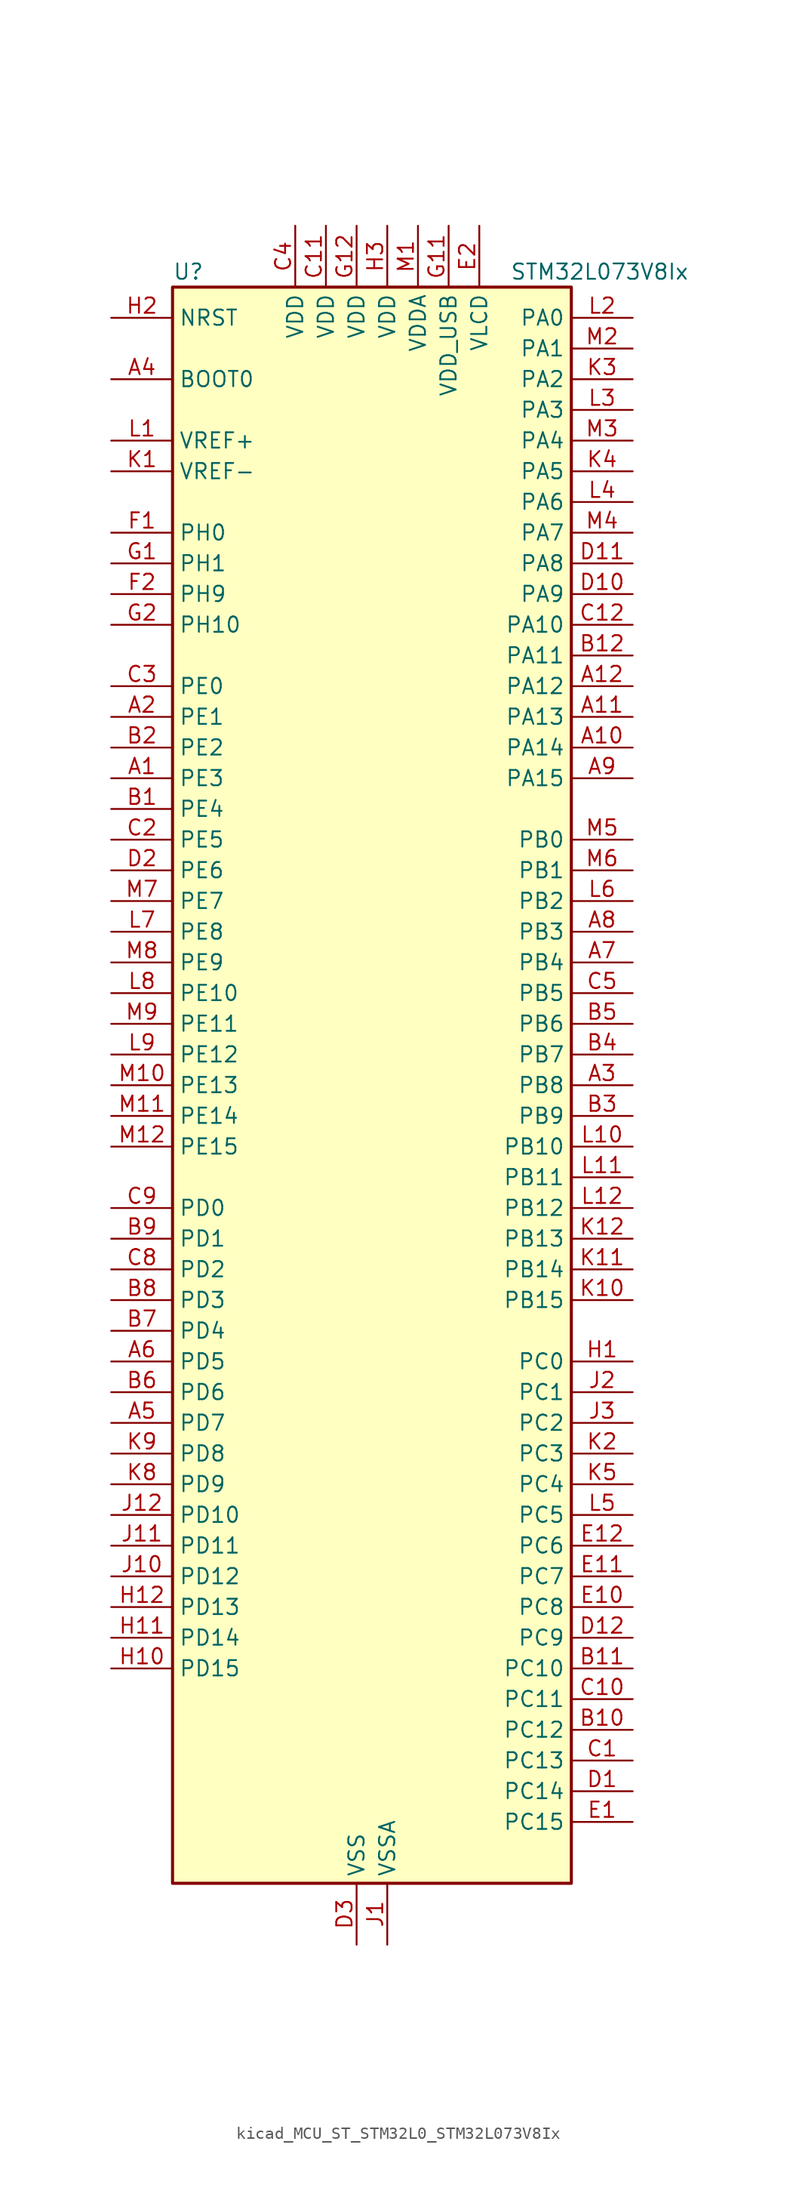
<source format=kicad_sym>
(kicad_symbol_lib
  (version 20220914)
  (generator kicad_symbol_editor)
  (symbol "kicad_MCU_ST_STM32L0_STM32L073V8Ix"
    (property "Reference" "U"
      (at -15.24 67.31 0)
      (effects (font (size 1.27 1.27)) (justify left)))
    (property "Value" "STM32L073V8Ix"
      (at 12.7 67.31 0)
      (effects (font (size 1.27 1.27)) (justify left)))
    (property "ki_locked" ""
      (at 0 0 0)
      (effects (font (size 1.27 1.27))))
    (symbol "kicad_MCU_ST_STM32L0_STM32L073V8Ix_0_1"
      (rectangle (start -15.24 -66.04) (end 17.78 66.04) (stroke (width 0.254) (type default)) (fill (type background))))
    (symbol "kicad_MCU_ST_STM32L0_STM32L073V8Ix_1_1"
      (pin bidirectional line (at -20.32 25.4 0) (length 5.08) (name "PE3" (effects (font (size 1.27 1.27)))) (number "A1" (effects (font (size 1.27 1.27)))) (alternate "LCD_SEG39" bidirectional line) (alternate "TIM22_CH1" bidirectional line) (alternate "TIM3_CH1" bidirectional line))
      (pin bidirectional line (at 22.86 27.94 180) (length 5.08) (name "PA14" (effects (font (size 1.27 1.27)))) (number "A10" (effects (font (size 1.27 1.27)))) (alternate "LPUART1_TX" bidirectional line) (alternate "SYS_SWCLK" bidirectional line) (alternate "USART2_TX" bidirectional line))
      (pin bidirectional line (at 22.86 30.48 180) (length 5.08) (name "PA13" (effects (font (size 1.27 1.27)))) (number "A11" (effects (font (size 1.27 1.27)))) (alternate "LPUART1_RX" bidirectional line) (alternate "SYS_SWDIO" bidirectional line) (alternate "USB_NOE" bidirectional line))
      (pin bidirectional line (at 22.86 33.02 180) (length 5.08) (name "PA12" (effects (font (size 1.27 1.27)))) (number "A12" (effects (font (size 1.27 1.27)))) (alternate "COMP2_OUT" bidirectional line) (alternate "SPI1_MOSI" bidirectional line) (alternate "TSC_G4_IO4" bidirectional line) (alternate "USART1_DE" bidirectional line) (alternate "USART1_RTS" bidirectional line) (alternate "USB_DP" bidirectional line))
      (pin bidirectional line (at -20.32 30.48 0) (length 5.08) (name "PE1" (effects (font (size 1.27 1.27)))) (number "A2" (effects (font (size 1.27 1.27)))) (alternate "LCD_SEG37" bidirectional line))
      (pin bidirectional line (at 22.86 0 180) (length 5.08) (name "PB8" (effects (font (size 1.27 1.27)))) (number "A3" (effects (font (size 1.27 1.27)))) (alternate "I2C1_SCL" bidirectional line) (alternate "LCD_SEG16" bidirectional line) (alternate "TSC_SYNC" bidirectional line))
      (pin input line (at -20.32 58.42 0) (length 5.08) (name "BOOT0" (effects (font (size 1.27 1.27)))) (number "A4" (effects (font (size 1.27 1.27)))))
      (pin bidirectional line (at -20.32 -27.94 0) (length 5.08) (name "PD7" (effects (font (size 1.27 1.27)))) (number "A5" (effects (font (size 1.27 1.27)))) (alternate "TIM21_CH2" bidirectional line) (alternate "USART2_CK" bidirectional line))
      (pin bidirectional line (at -20.32 -22.86 0) (length 5.08) (name "PD5" (effects (font (size 1.27 1.27)))) (number "A6" (effects (font (size 1.27 1.27)))) (alternate "USART2_TX" bidirectional line))
      (pin bidirectional line (at 22.86 10.16 180) (length 5.08) (name "PB4" (effects (font (size 1.27 1.27)))) (number "A7" (effects (font (size 1.27 1.27)))) (alternate "COMP2_INP" bidirectional line) (alternate "I2C3_SDA" bidirectional line) (alternate "LCD_SEG8" bidirectional line) (alternate "SPI1_MISO" bidirectional line) (alternate "TIM22_CH1" bidirectional line) (alternate "TIM3_CH1" bidirectional line) (alternate "TSC_G5_IO2" bidirectional line) (alternate "USART1_CTS" bidirectional line) (alternate "USART5_RX" bidirectional line))
      (pin bidirectional line (at 22.86 12.7 180) (length 5.08) (name "PB3" (effects (font (size 1.27 1.27)))) (number "A8" (effects (font (size 1.27 1.27)))) (alternate "COMP2_INM" bidirectional line) (alternate "LCD_SEG7" bidirectional line) (alternate "SPI1_SCK" bidirectional line) (alternate "TIM2_CH2" bidirectional line) (alternate "TSC_G5_IO1" bidirectional line) (alternate "USART1_DE" bidirectional line) (alternate "USART1_RTS" bidirectional line) (alternate "USART5_TX" bidirectional line))
      (pin bidirectional line (at 22.86 25.4 180) (length 5.08) (name "PA15" (effects (font (size 1.27 1.27)))) (number "A9" (effects (font (size 1.27 1.27)))) (alternate "LCD_SEG17" bidirectional line) (alternate "SPI1_NSS" bidirectional line) (alternate "TIM2_CH1" bidirectional line) (alternate "TIM2_ETR" bidirectional line) (alternate "USART2_RX" bidirectional line) (alternate "USART4_DE" bidirectional line) (alternate "USART4_RTS" bidirectional line))
      (pin bidirectional line (at -20.32 22.86 0) (length 5.08) (name "PE4" (effects (font (size 1.27 1.27)))) (number "B1" (effects (font (size 1.27 1.27)))) (alternate "TIM22_CH2" bidirectional line) (alternate "TIM3_CH2" bidirectional line))
      (pin bidirectional line (at 22.86 -53.34 180) (length 5.08) (name "PC12" (effects (font (size 1.27 1.27)))) (number "B10" (effects (font (size 1.27 1.27)))) (alternate "LCD_COM6" bidirectional line) (alternate "LCD_SEG30" bidirectional line) (alternate "LCD_SEG50" bidirectional line) (alternate "USART4_CK" bidirectional line) (alternate "USART5_TX" bidirectional line))
      (pin bidirectional line (at 22.86 -48.26 180) (length 5.08) (name "PC10" (effects (font (size 1.27 1.27)))) (number "B11" (effects (font (size 1.27 1.27)))) (alternate "LCD_COM4" bidirectional line) (alternate "LCD_SEG28" bidirectional line) (alternate "LCD_SEG48" bidirectional line) (alternate "LPUART1_TX" bidirectional line) (alternate "USART4_TX" bidirectional line))
      (pin bidirectional line (at 22.86 35.56 180) (length 5.08) (name "PA11" (effects (font (size 1.27 1.27)))) (number "B12" (effects (font (size 1.27 1.27)))) (alternate "ADC_EXTI11" bidirectional line) (alternate "COMP1_OUT" bidirectional line) (alternate "SPI1_MISO" bidirectional line) (alternate "TSC_G4_IO3" bidirectional line) (alternate "USART1_CTS" bidirectional line) (alternate "USB_DM" bidirectional line))
      (pin bidirectional line (at -20.32 27.94 0) (length 5.08) (name "PE2" (effects (font (size 1.27 1.27)))) (number "B2" (effects (font (size 1.27 1.27)))) (alternate "LCD_SEG38" bidirectional line) (alternate "TIM3_ETR" bidirectional line))
      (pin bidirectional line (at 22.86 -2.54 180) (length 5.08) (name "PB9" (effects (font (size 1.27 1.27)))) (number "B3" (effects (font (size 1.27 1.27)))) (alternate "DAC_EXTI9" bidirectional line) (alternate "I2C1_SDA" bidirectional line) (alternate "I2S2_WS" bidirectional line) (alternate "LCD_COM3" bidirectional line) (alternate "SPI2_NSS" bidirectional line))
      (pin bidirectional line (at 22.86 2.54 180) (length 5.08) (name "PB7" (effects (font (size 1.27 1.27)))) (number "B4" (effects (font (size 1.27 1.27)))) (alternate "COMP2_INP" bidirectional line) (alternate "I2C1_SDA" bidirectional line) (alternate "LPTIM1_IN2" bidirectional line) (alternate "SYS_PVD_IN" bidirectional line) (alternate "TSC_G5_IO4" bidirectional line) (alternate "USART1_RX" bidirectional line) (alternate "USART4_CTS" bidirectional line))
      (pin bidirectional line (at 22.86 5.08 180) (length 5.08) (name "PB6" (effects (font (size 1.27 1.27)))) (number "B5" (effects (font (size 1.27 1.27)))) (alternate "COMP2_INP" bidirectional line) (alternate "I2C1_SCL" bidirectional line) (alternate "LPTIM1_ETR" bidirectional line) (alternate "TSC_G5_IO3" bidirectional line) (alternate "USART1_TX" bidirectional line))
      (pin bidirectional line (at -20.32 -25.4 0) (length 5.08) (name "PD6" (effects (font (size 1.27 1.27)))) (number "B6" (effects (font (size 1.27 1.27)))) (alternate "USART2_RX" bidirectional line))
      (pin bidirectional line (at -20.32 -20.32 0) (length 5.08) (name "PD4" (effects (font (size 1.27 1.27)))) (number "B7" (effects (font (size 1.27 1.27)))) (alternate "I2S2_SD" bidirectional line) (alternate "SPI2_MOSI" bidirectional line) (alternate "USART2_DE" bidirectional line) (alternate "USART2_RTS" bidirectional line))
      (pin bidirectional line (at -20.32 -17.78 0) (length 5.08) (name "PD3" (effects (font (size 1.27 1.27)))) (number "B8" (effects (font (size 1.27 1.27)))) (alternate "I2S2_MCK" bidirectional line) (alternate "LCD_SEG44" bidirectional line) (alternate "SPI2_MISO" bidirectional line) (alternate "USART2_CTS" bidirectional line))
      (pin bidirectional line (at -20.32 -12.7 0) (length 5.08) (name "PD1" (effects (font (size 1.27 1.27)))) (number "B9" (effects (font (size 1.27 1.27)))) (alternate "I2S2_CK" bidirectional line) (alternate "SPI2_SCK" bidirectional line))
      (pin bidirectional line (at 22.86 -55.88 180) (length 5.08) (name "PC13" (effects (font (size 1.27 1.27)))) (number "C1" (effects (font (size 1.27 1.27)))) (alternate "RTC_OUT_ALARM" bidirectional line) (alternate "RTC_OUT_CALIB" bidirectional line) (alternate "RTC_TAMP1" bidirectional line) (alternate "RTC_TS" bidirectional line) (alternate "SYS_WKUP2" bidirectional line))
      (pin bidirectional line (at 22.86 -50.8 180) (length 5.08) (name "PC11" (effects (font (size 1.27 1.27)))) (number "C10" (effects (font (size 1.27 1.27)))) (alternate "ADC_EXTI11" bidirectional line) (alternate "LCD_COM5" bidirectional line) (alternate "LCD_SEG29" bidirectional line) (alternate "LCD_SEG49" bidirectional line) (alternate "LPUART1_RX" bidirectional line) (alternate "USART4_RX" bidirectional line))
      (pin power_in line (at -2.54 71.12 270) (length 5.08) (name "VDD" (effects (font (size 1.27 1.27)))) (number "C11" (effects (font (size 1.27 1.27)))))
      (pin bidirectional line (at 22.86 38.1 180) (length 5.08) (name "PA10" (effects (font (size 1.27 1.27)))) (number "C12" (effects (font (size 1.27 1.27)))) (alternate "I2C1_SDA" bidirectional line) (alternate "LCD_COM2" bidirectional line) (alternate "TSC_G4_IO2" bidirectional line) (alternate "USART1_RX" bidirectional line))
      (pin bidirectional line (at -20.32 20.32 0) (length 5.08) (name "PE5" (effects (font (size 1.27 1.27)))) (number "C2" (effects (font (size 1.27 1.27)))) (alternate "TIM21_CH1" bidirectional line) (alternate "TIM3_CH3" bidirectional line))
      (pin bidirectional line (at -20.32 33.02 0) (length 5.08) (name "PE0" (effects (font (size 1.27 1.27)))) (number "C3" (effects (font (size 1.27 1.27)))) (alternate "LCD_SEG36" bidirectional line))
      (pin power_in line (at -5.08 71.12 270) (length 5.08) (name "VDD" (effects (font (size 1.27 1.27)))) (number "C4" (effects (font (size 1.27 1.27)))))
      (pin bidirectional line (at 22.86 7.62 180) (length 5.08) (name "PB5" (effects (font (size 1.27 1.27)))) (number "C5" (effects (font (size 1.27 1.27)))) (alternate "COMP2_INP" bidirectional line) (alternate "I2C1_SMBA" bidirectional line) (alternate "LCD_SEG9" bidirectional line) (alternate "LPTIM1_IN1" bidirectional line) (alternate "SPI1_MOSI" bidirectional line) (alternate "TIM22_CH2" bidirectional line) (alternate "TIM3_CH2" bidirectional line) (alternate "USART1_CK" bidirectional line) (alternate "USART5_CK" bidirectional line) (alternate "USART5_DE" bidirectional line) (alternate "USART5_RTS" bidirectional line))
      (pin bidirectional line (at -20.32 -15.24 0) (length 5.08) (name "PD2" (effects (font (size 1.27 1.27)))) (number "C8" (effects (font (size 1.27 1.27)))) (alternate "LCD_COM7" bidirectional line) (alternate "LCD_SEG31" bidirectional line) (alternate "LCD_SEG51" bidirectional line) (alternate "LPUART1_DE" bidirectional line) (alternate "LPUART1_RTS" bidirectional line) (alternate "TIM3_ETR" bidirectional line) (alternate "USART5_RX" bidirectional line))
      (pin bidirectional line (at -20.32 -10.16 0) (length 5.08) (name "PD0" (effects (font (size 1.27 1.27)))) (number "C9" (effects (font (size 1.27 1.27)))) (alternate "I2S2_WS" bidirectional line) (alternate "SPI2_NSS" bidirectional line) (alternate "TIM21_CH1" bidirectional line))
      (pin bidirectional line (at 22.86 -58.42 180) (length 5.08) (name "PC14" (effects (font (size 1.27 1.27)))) (number "D1" (effects (font (size 1.27 1.27)))) (alternate "RCC_OSC32_IN" bidirectional line))
      (pin bidirectional line (at 22.86 40.64 180) (length 5.08) (name "PA9" (effects (font (size 1.27 1.27)))) (number "D10" (effects (font (size 1.27 1.27)))) (alternate "DAC_EXTI9" bidirectional line) (alternate "I2C1_SCL" bidirectional line) (alternate "I2C3_SMBA" bidirectional line) (alternate "LCD_COM1" bidirectional line) (alternate "RCC_MCO" bidirectional line) (alternate "TSC_G4_IO1" bidirectional line) (alternate "USART1_TX" bidirectional line))
      (pin bidirectional line (at 22.86 43.18 180) (length 5.08) (name "PA8" (effects (font (size 1.27 1.27)))) (number "D11" (effects (font (size 1.27 1.27)))) (alternate "CRS_SYNC" bidirectional line) (alternate "I2C3_SCL" bidirectional line) (alternate "LCD_COM0" bidirectional line) (alternate "RCC_MCO" bidirectional line) (alternate "USART1_CK" bidirectional line))
      (pin bidirectional line (at 22.86 -45.72 180) (length 5.08) (name "PC9" (effects (font (size 1.27 1.27)))) (number "D12" (effects (font (size 1.27 1.27)))) (alternate "DAC_EXTI9" bidirectional line) (alternate "I2C3_SDA" bidirectional line) (alternate "LCD_SEG27" bidirectional line) (alternate "TIM21_ETR" bidirectional line) (alternate "TIM3_CH4" bidirectional line) (alternate "TSC_G8_IO4" bidirectional line) (alternate "USB_NOE" bidirectional line))
      (pin bidirectional line (at -20.32 17.78 0) (length 5.08) (name "PE6" (effects (font (size 1.27 1.27)))) (number "D2" (effects (font (size 1.27 1.27)))) (alternate "RTC_TAMP3" bidirectional line) (alternate "SYS_WKUP3" bidirectional line) (alternate "TIM21_CH2" bidirectional line) (alternate "TIM3_CH4" bidirectional line))
      (pin power_in line (at 0 -71.12 90) (length 5.08) (name "VSS" (effects (font (size 1.27 1.27)))) (number "D3" (effects (font (size 1.27 1.27)))))
      (pin bidirectional line (at 22.86 -60.96 180) (length 5.08) (name "PC15" (effects (font (size 1.27 1.27)))) (number "E1" (effects (font (size 1.27 1.27)))) (alternate "RCC_OSC32_OUT" bidirectional line))
      (pin bidirectional line (at 22.86 -43.18 180) (length 5.08) (name "PC8" (effects (font (size 1.27 1.27)))) (number "E10" (effects (font (size 1.27 1.27)))) (alternate "LCD_SEG26" bidirectional line) (alternate "TIM22_ETR" bidirectional line) (alternate "TIM3_CH3" bidirectional line) (alternate "TSC_G8_IO3" bidirectional line))
      (pin bidirectional line (at 22.86 -40.64 180) (length 5.08) (name "PC7" (effects (font (size 1.27 1.27)))) (number "E11" (effects (font (size 1.27 1.27)))) (alternate "LCD_SEG25" bidirectional line) (alternate "TIM22_CH2" bidirectional line) (alternate "TIM3_CH2" bidirectional line) (alternate "TSC_G8_IO2" bidirectional line))
      (pin bidirectional line (at 22.86 -38.1 180) (length 5.08) (name "PC6" (effects (font (size 1.27 1.27)))) (number "E12" (effects (font (size 1.27 1.27)))) (alternate "LCD_SEG24" bidirectional line) (alternate "TIM22_CH1" bidirectional line) (alternate "TIM3_CH1" bidirectional line) (alternate "TSC_G8_IO1" bidirectional line))
      (pin power_in line (at 10.16 71.12 270) (length 5.08) (name "VLCD" (effects (font (size 1.27 1.27)))) (number "E2" (effects (font (size 1.27 1.27)))))
      (pin passive line (at 0 -71.12 90) (length 5.08) hide (name "VSS" (effects (font (size 1.27 1.27)))) (number "E3" (effects (font (size 1.27 1.27)))))
      (pin bidirectional line (at -20.32 45.72 0) (length 5.08) (name "PH0" (effects (font (size 1.27 1.27)))) (number "F1" (effects (font (size 1.27 1.27)))) (alternate "CRS_SYNC" bidirectional line) (alternate "RCC_OSC_IN" bidirectional line))
      (pin passive line (at 0 -71.12 90) (length 5.08) hide (name "VSS" (effects (font (size 1.27 1.27)))) (number "F11" (effects (font (size 1.27 1.27)))))
      (pin passive line (at 0 -71.12 90) (length 5.08) hide (name "VSS" (effects (font (size 1.27 1.27)))) (number "F12" (effects (font (size 1.27 1.27)))))
      (pin bidirectional line (at -20.32 40.64 0) (length 5.08) (name "PH9" (effects (font (size 1.27 1.27)))) (number "F2" (effects (font (size 1.27 1.27)))) (alternate "DAC_EXTI9" bidirectional line))
      (pin bidirectional line (at -20.32 43.18 0) (length 5.08) (name "PH1" (effects (font (size 1.27 1.27)))) (number "G1" (effects (font (size 1.27 1.27)))) (alternate "RCC_OSC_OUT" bidirectional line))
      (pin power_in line (at 7.62 71.12 270) (length 5.08) (name "VDD_USB" (effects (font (size 1.27 1.27)))) (number "G11" (effects (font (size 1.27 1.27)))))
      (pin power_in line (at 0 71.12 270) (length 5.08) (name "VDD" (effects (font (size 1.27 1.27)))) (number "G12" (effects (font (size 1.27 1.27)))))
      (pin bidirectional line (at -20.32 38.1 0) (length 5.08) (name "PH10" (effects (font (size 1.27 1.27)))) (number "G2" (effects (font (size 1.27 1.27)))))
      (pin bidirectional line (at 22.86 -22.86 180) (length 5.08) (name "PC0" (effects (font (size 1.27 1.27)))) (number "H1" (effects (font (size 1.27 1.27)))) (alternate "ADC_IN10" bidirectional line) (alternate "I2C3_SCL" bidirectional line) (alternate "LCD_SEG18" bidirectional line) (alternate "LPTIM1_IN1" bidirectional line) (alternate "LPUART1_RX" bidirectional line) (alternate "TSC_G7_IO1" bidirectional line))
      (pin bidirectional line (at -20.32 -48.26 0) (length 5.08) (name "PD15" (effects (font (size 1.27 1.27)))) (number "H10" (effects (font (size 1.27 1.27)))) (alternate "CRS_SYNC" bidirectional line) (alternate "LCD_SEG35" bidirectional line))
      (pin bidirectional line (at -20.32 -45.72 0) (length 5.08) (name "PD14" (effects (font (size 1.27 1.27)))) (number "H11" (effects (font (size 1.27 1.27)))) (alternate "LCD_SEG34" bidirectional line))
      (pin bidirectional line (at -20.32 -43.18 0) (length 5.08) (name "PD13" (effects (font (size 1.27 1.27)))) (number "H12" (effects (font (size 1.27 1.27)))) (alternate "LCD_SEG33" bidirectional line))
      (pin input line (at -20.32 63.5 0) (length 5.08) (name "NRST" (effects (font (size 1.27 1.27)))) (number "H2" (effects (font (size 1.27 1.27)))))
      (pin power_in line (at 2.54 71.12 270) (length 5.08) (name "VDD" (effects (font (size 1.27 1.27)))) (number "H3" (effects (font (size 1.27 1.27)))))
      (pin power_in line (at 2.54 -71.12 90) (length 5.08) (name "VSSA" (effects (font (size 1.27 1.27)))) (number "J1" (effects (font (size 1.27 1.27)))))
      (pin bidirectional line (at -20.32 -40.64 0) (length 5.08) (name "PD12" (effects (font (size 1.27 1.27)))) (number "J10" (effects (font (size 1.27 1.27)))) (alternate "LCD_SEG32" bidirectional line) (alternate "LPUART1_DE" bidirectional line) (alternate "LPUART1_RTS" bidirectional line))
      (pin bidirectional line (at -20.32 -38.1 0) (length 5.08) (name "PD11" (effects (font (size 1.27 1.27)))) (number "J11" (effects (font (size 1.27 1.27)))) (alternate "ADC_EXTI11" bidirectional line) (alternate "LCD_SEG31" bidirectional line) (alternate "LPUART1_CTS" bidirectional line))
      (pin bidirectional line (at -20.32 -35.56 0) (length 5.08) (name "PD10" (effects (font (size 1.27 1.27)))) (number "J12" (effects (font (size 1.27 1.27)))) (alternate "LCD_SEG30" bidirectional line))
      (pin bidirectional line (at 22.86 -25.4 180) (length 5.08) (name "PC1" (effects (font (size 1.27 1.27)))) (number "J2" (effects (font (size 1.27 1.27)))) (alternate "ADC_IN11" bidirectional line) (alternate "I2C3_SDA" bidirectional line) (alternate "LCD_SEG19" bidirectional line) (alternate "LPTIM1_OUT" bidirectional line) (alternate "LPUART1_TX" bidirectional line) (alternate "TSC_G7_IO2" bidirectional line))
      (pin bidirectional line (at 22.86 -27.94 180) (length 5.08) (name "PC2" (effects (font (size 1.27 1.27)))) (number "J3" (effects (font (size 1.27 1.27)))) (alternate "ADC_IN12" bidirectional line) (alternate "I2S2_MCK" bidirectional line) (alternate "LCD_SEG20" bidirectional line) (alternate "LPTIM1_IN2" bidirectional line) (alternate "SPI2_MISO" bidirectional line) (alternate "TSC_G7_IO3" bidirectional line))
      (pin input line (at -20.32 50.8 0) (length 5.08) (name "VREF-" (effects (font (size 1.27 1.27)))) (number "K1" (effects (font (size 1.27 1.27)))))
      (pin bidirectional line (at 22.86 -17.78 180) (length 5.08) (name "PB15" (effects (font (size 1.27 1.27)))) (number "K10" (effects (font (size 1.27 1.27)))) (alternate "I2S2_SD" bidirectional line) (alternate "LCD_SEG15" bidirectional line) (alternate "RTC_REFIN" bidirectional line) (alternate "SPI2_MOSI" bidirectional line))
      (pin bidirectional line (at 22.86 -15.24 180) (length 5.08) (name "PB14" (effects (font (size 1.27 1.27)))) (number "K11" (effects (font (size 1.27 1.27)))) (alternate "I2C2_SDA" bidirectional line) (alternate "I2S2_MCK" bidirectional line) (alternate "LCD_SEG14" bidirectional line) (alternate "LPUART1_DE" bidirectional line) (alternate "LPUART1_RTS" bidirectional line) (alternate "RTC_OUT_ALARM" bidirectional line) (alternate "RTC_OUT_CALIB" bidirectional line) (alternate "SPI2_MISO" bidirectional line) (alternate "TIM21_CH2" bidirectional line) (alternate "TSC_G6_IO4" bidirectional line))
      (pin bidirectional line (at 22.86 -12.7 180) (length 5.08) (name "PB13" (effects (font (size 1.27 1.27)))) (number "K12" (effects (font (size 1.27 1.27)))) (alternate "I2C2_SCL" bidirectional line) (alternate "I2S2_CK" bidirectional line) (alternate "LCD_SEG13" bidirectional line) (alternate "LPUART1_CTS" bidirectional line) (alternate "RCC_MCO" bidirectional line) (alternate "SPI2_SCK" bidirectional line) (alternate "TIM21_CH1" bidirectional line) (alternate "TSC_G6_IO3" bidirectional line))
      (pin bidirectional line (at 22.86 -30.48 180) (length 5.08) (name "PC3" (effects (font (size 1.27 1.27)))) (number "K2" (effects (font (size 1.27 1.27)))) (alternate "ADC_IN13" bidirectional line) (alternate "I2S2_SD" bidirectional line) (alternate "LCD_SEG21" bidirectional line) (alternate "LPTIM1_ETR" bidirectional line) (alternate "SPI2_MOSI" bidirectional line) (alternate "TSC_G7_IO4" bidirectional line))
      (pin bidirectional line (at 22.86 58.42 180) (length 5.08) (name "PA2" (effects (font (size 1.27 1.27)))) (number "K3" (effects (font (size 1.27 1.27)))) (alternate "ADC_IN2" bidirectional line) (alternate "COMP2_INM" bidirectional line) (alternate "COMP2_OUT" bidirectional line) (alternate "LCD_SEG1" bidirectional line) (alternate "LPUART1_TX" bidirectional line) (alternate "TIM21_CH1" bidirectional line) (alternate "TIM2_CH3" bidirectional line) (alternate "TSC_G1_IO3" bidirectional line) (alternate "USART2_TX" bidirectional line))
      (pin bidirectional line (at 22.86 50.8 180) (length 5.08) (name "PA5" (effects (font (size 1.27 1.27)))) (number "K4" (effects (font (size 1.27 1.27)))) (alternate "ADC_IN5" bidirectional line) (alternate "COMP1_INM" bidirectional line) (alternate "COMP2_INM" bidirectional line) (alternate "DAC_OUT2" bidirectional line) (alternate "SPI1_SCK" bidirectional line) (alternate "TIM2_CH1" bidirectional line) (alternate "TIM2_ETR" bidirectional line) (alternate "TSC_G2_IO2" bidirectional line))
      (pin bidirectional line (at 22.86 -33.02 180) (length 5.08) (name "PC4" (effects (font (size 1.27 1.27)))) (number "K5" (effects (font (size 1.27 1.27)))) (alternate "ADC_IN14" bidirectional line) (alternate "LCD_SEG22" bidirectional line) (alternate "LPUART1_TX" bidirectional line))
      (pin bidirectional line (at -20.32 -33.02 0) (length 5.08) (name "PD9" (effects (font (size 1.27 1.27)))) (number "K8" (effects (font (size 1.27 1.27)))) (alternate "DAC_EXTI9" bidirectional line) (alternate "LCD_SEG29" bidirectional line) (alternate "LPUART1_RX" bidirectional line))
      (pin bidirectional line (at -20.32 -30.48 0) (length 5.08) (name "PD8" (effects (font (size 1.27 1.27)))) (number "K9" (effects (font (size 1.27 1.27)))) (alternate "LCD_SEG28" bidirectional line) (alternate "LPUART1_TX" bidirectional line))
      (pin input line (at -20.32 53.34 0) (length 5.08) (name "VREF+" (effects (font (size 1.27 1.27)))) (number "L1" (effects (font (size 1.27 1.27)))))
      (pin bidirectional line (at 22.86 -5.08 180) (length 5.08) (name "PB10" (effects (font (size 1.27 1.27)))) (number "L10" (effects (font (size 1.27 1.27)))) (alternate "I2C2_SCL" bidirectional line) (alternate "LCD_SEG10" bidirectional line) (alternate "LPUART1_RX" bidirectional line) (alternate "LPUART1_TX" bidirectional line) (alternate "SPI2_SCK" bidirectional line) (alternate "TIM2_CH3" bidirectional line) (alternate "TSC_SYNC" bidirectional line))
      (pin bidirectional line (at 22.86 -7.62 180) (length 5.08) (name "PB11" (effects (font (size 1.27 1.27)))) (number "L11" (effects (font (size 1.27 1.27)))) (alternate "ADC_EXTI11" bidirectional line) (alternate "I2C2_SDA" bidirectional line) (alternate "LCD_SEG11" bidirectional line) (alternate "LPUART1_RX" bidirectional line) (alternate "LPUART1_TX" bidirectional line) (alternate "TIM2_CH4" bidirectional line) (alternate "TSC_G6_IO1" bidirectional line))
      (pin bidirectional line (at 22.86 -10.16 180) (length 5.08) (name "PB12" (effects (font (size 1.27 1.27)))) (number "L12" (effects (font (size 1.27 1.27)))) (alternate "I2S2_WS" bidirectional line) (alternate "LCD_SEG12" bidirectional line) (alternate "LCD_VLCD2" bidirectional line) (alternate "LPUART1_DE" bidirectional line) (alternate "LPUART1_RTS" bidirectional line) (alternate "SPI2_NSS" bidirectional line) (alternate "TSC_G6_IO2" bidirectional line))
      (pin bidirectional line (at 22.86 63.5 180) (length 5.08) (name "PA0" (effects (font (size 1.27 1.27)))) (number "L2" (effects (font (size 1.27 1.27)))) (alternate "ADC_IN0" bidirectional line) (alternate "COMP1_INM" bidirectional line) (alternate "COMP1_OUT" bidirectional line) (alternate "RTC_TAMP2" bidirectional line) (alternate "SYS_WKUP1" bidirectional line) (alternate "TIM2_CH1" bidirectional line) (alternate "TIM2_ETR" bidirectional line) (alternate "TSC_G1_IO1" bidirectional line) (alternate "USART2_CTS" bidirectional line) (alternate "USART4_TX" bidirectional line))
      (pin bidirectional line (at 22.86 55.88 180) (length 5.08) (name "PA3" (effects (font (size 1.27 1.27)))) (number "L3" (effects (font (size 1.27 1.27)))) (alternate "ADC_IN3" bidirectional line) (alternate "COMP2_INP" bidirectional line) (alternate "LCD_SEG2" bidirectional line) (alternate "LPUART1_RX" bidirectional line) (alternate "TIM21_CH2" bidirectional line) (alternate "TIM2_CH4" bidirectional line) (alternate "TSC_G1_IO4" bidirectional line) (alternate "USART2_RX" bidirectional line))
      (pin bidirectional line (at 22.86 48.26 180) (length 5.08) (name "PA6" (effects (font (size 1.27 1.27)))) (number "L4" (effects (font (size 1.27 1.27)))) (alternate "ADC_IN6" bidirectional line) (alternate "COMP1_OUT" bidirectional line) (alternate "LCD_SEG3" bidirectional line) (alternate "LPUART1_CTS" bidirectional line) (alternate "SPI1_MISO" bidirectional line) (alternate "TIM22_CH1" bidirectional line) (alternate "TIM3_CH1" bidirectional line) (alternate "TSC_G2_IO3" bidirectional line))
      (pin bidirectional line (at 22.86 -35.56 180) (length 5.08) (name "PC5" (effects (font (size 1.27 1.27)))) (number "L5" (effects (font (size 1.27 1.27)))) (alternate "ADC_IN15" bidirectional line) (alternate "LCD_SEG23" bidirectional line) (alternate "LPUART1_RX" bidirectional line) (alternate "TSC_G3_IO1" bidirectional line))
      (pin bidirectional line (at 22.86 15.24 180) (length 5.08) (name "PB2" (effects (font (size 1.27 1.27)))) (number "L6" (effects (font (size 1.27 1.27)))) (alternate "I2C3_SMBA" bidirectional line) (alternate "LCD_VLCD2" bidirectional line) (alternate "LPTIM1_OUT" bidirectional line) (alternate "TSC_G3_IO4" bidirectional line))
      (pin bidirectional line (at -20.32 12.7 0) (length 5.08) (name "PE8" (effects (font (size 1.27 1.27)))) (number "L7" (effects (font (size 1.27 1.27)))) (alternate "LCD_SEG46" bidirectional line) (alternate "USART4_TX" bidirectional line))
      (pin bidirectional line (at -20.32 7.62 0) (length 5.08) (name "PE10" (effects (font (size 1.27 1.27)))) (number "L8" (effects (font (size 1.27 1.27)))) (alternate "LCD_SEG40" bidirectional line) (alternate "TIM2_CH2" bidirectional line) (alternate "USART5_TX" bidirectional line))
      (pin bidirectional line (at -20.32 2.54 0) (length 5.08) (name "PE12" (effects (font (size 1.27 1.27)))) (number "L9" (effects (font (size 1.27 1.27)))) (alternate "LCD_VLCD3" bidirectional line) (alternate "SPI1_NSS" bidirectional line) (alternate "TIM2_CH4" bidirectional line))
      (pin power_in line (at 5.08 71.12 270) (length 5.08) (name "VDDA" (effects (font (size 1.27 1.27)))) (number "M1" (effects (font (size 1.27 1.27)))))
      (pin bidirectional line (at -20.32 0 0) (length 5.08) (name "PE13" (effects (font (size 1.27 1.27)))) (number "M10" (effects (font (size 1.27 1.27)))) (alternate "LCD_SEG41" bidirectional line) (alternate "SPI1_SCK" bidirectional line))
      (pin bidirectional line (at -20.32 -2.54 0) (length 5.08) (name "PE14" (effects (font (size 1.27 1.27)))) (number "M11" (effects (font (size 1.27 1.27)))) (alternate "LCD_SEG42" bidirectional line) (alternate "SPI1_MISO" bidirectional line))
      (pin bidirectional line (at -20.32 -5.08 0) (length 5.08) (name "PE15" (effects (font (size 1.27 1.27)))) (number "M12" (effects (font (size 1.27 1.27)))) (alternate "LCD_SEG43" bidirectional line) (alternate "SPI1_MOSI" bidirectional line))
      (pin bidirectional line (at 22.86 60.96 180) (length 5.08) (name "PA1" (effects (font (size 1.27 1.27)))) (number "M2" (effects (font (size 1.27 1.27)))) (alternate "ADC_IN1" bidirectional line) (alternate "COMP1_INP" bidirectional line) (alternate "LCD_SEG0" bidirectional line) (alternate "TIM21_ETR" bidirectional line) (alternate "TIM2_CH2" bidirectional line) (alternate "TSC_G1_IO2" bidirectional line) (alternate "USART2_DE" bidirectional line) (alternate "USART2_RTS" bidirectional line) (alternate "USART4_RX" bidirectional line))
      (pin bidirectional line (at 22.86 53.34 180) (length 5.08) (name "PA4" (effects (font (size 1.27 1.27)))) (number "M3" (effects (font (size 1.27 1.27)))) (alternate "ADC_IN4" bidirectional line) (alternate "COMP1_INM" bidirectional line) (alternate "COMP2_INM" bidirectional line) (alternate "DAC_OUT1" bidirectional line) (alternate "SPI1_NSS" bidirectional line) (alternate "TIM22_ETR" bidirectional line) (alternate "TSC_G2_IO1" bidirectional line) (alternate "USART2_CK" bidirectional line))
      (pin bidirectional line (at 22.86 45.72 180) (length 5.08) (name "PA7" (effects (font (size 1.27 1.27)))) (number "M4" (effects (font (size 1.27 1.27)))) (alternate "ADC_IN7" bidirectional line) (alternate "COMP2_OUT" bidirectional line) (alternate "LCD_SEG4" bidirectional line) (alternate "SPI1_MOSI" bidirectional line) (alternate "TIM22_CH2" bidirectional line) (alternate "TIM3_CH2" bidirectional line) (alternate "TSC_G2_IO4" bidirectional line))
      (pin bidirectional line (at 22.86 20.32 180) (length 5.08) (name "PB0" (effects (font (size 1.27 1.27)))) (number "M5" (effects (font (size 1.27 1.27)))) (alternate "ADC_IN8" bidirectional line) (alternate "LCD_SEG5" bidirectional line) (alternate "LCD_VLCD3" bidirectional line) (alternate "SYS_VREF_OUT_PB0" bidirectional line) (alternate "TIM3_CH3" bidirectional line) (alternate "TSC_G3_IO2" bidirectional line))
      (pin bidirectional line (at 22.86 17.78 180) (length 5.08) (name "PB1" (effects (font (size 1.27 1.27)))) (number "M6" (effects (font (size 1.27 1.27)))) (alternate "ADC_IN9" bidirectional line) (alternate "LCD_SEG6" bidirectional line) (alternate "LPUART1_DE" bidirectional line) (alternate "LPUART1_RTS" bidirectional line) (alternate "SYS_VREF_OUT_PB1" bidirectional line) (alternate "TIM3_CH4" bidirectional line) (alternate "TSC_G3_IO3" bidirectional line))
      (pin bidirectional line (at -20.32 15.24 0) (length 5.08) (name "PE7" (effects (font (size 1.27 1.27)))) (number "M7" (effects (font (size 1.27 1.27)))) (alternate "LCD_SEG45" bidirectional line) (alternate "USART5_CK" bidirectional line) (alternate "USART5_DE" bidirectional line) (alternate "USART5_RTS" bidirectional line))
      (pin bidirectional line (at -20.32 10.16 0) (length 5.08) (name "PE9" (effects (font (size 1.27 1.27)))) (number "M8" (effects (font (size 1.27 1.27)))) (alternate "DAC_EXTI9" bidirectional line) (alternate "LCD_SEG47" bidirectional line) (alternate "TIM2_CH1" bidirectional line) (alternate "TIM2_ETR" bidirectional line) (alternate "USART4_RX" bidirectional line))
      (pin bidirectional line (at -20.32 5.08 0) (length 5.08) (name "PE11" (effects (font (size 1.27 1.27)))) (number "M9" (effects (font (size 1.27 1.27)))) (alternate "ADC_EXTI11" bidirectional line) (alternate "LCD_VLCD1" bidirectional line) (alternate "TIM2_CH3" bidirectional line) (alternate "USART5_RX" bidirectional line)))))
</source>
